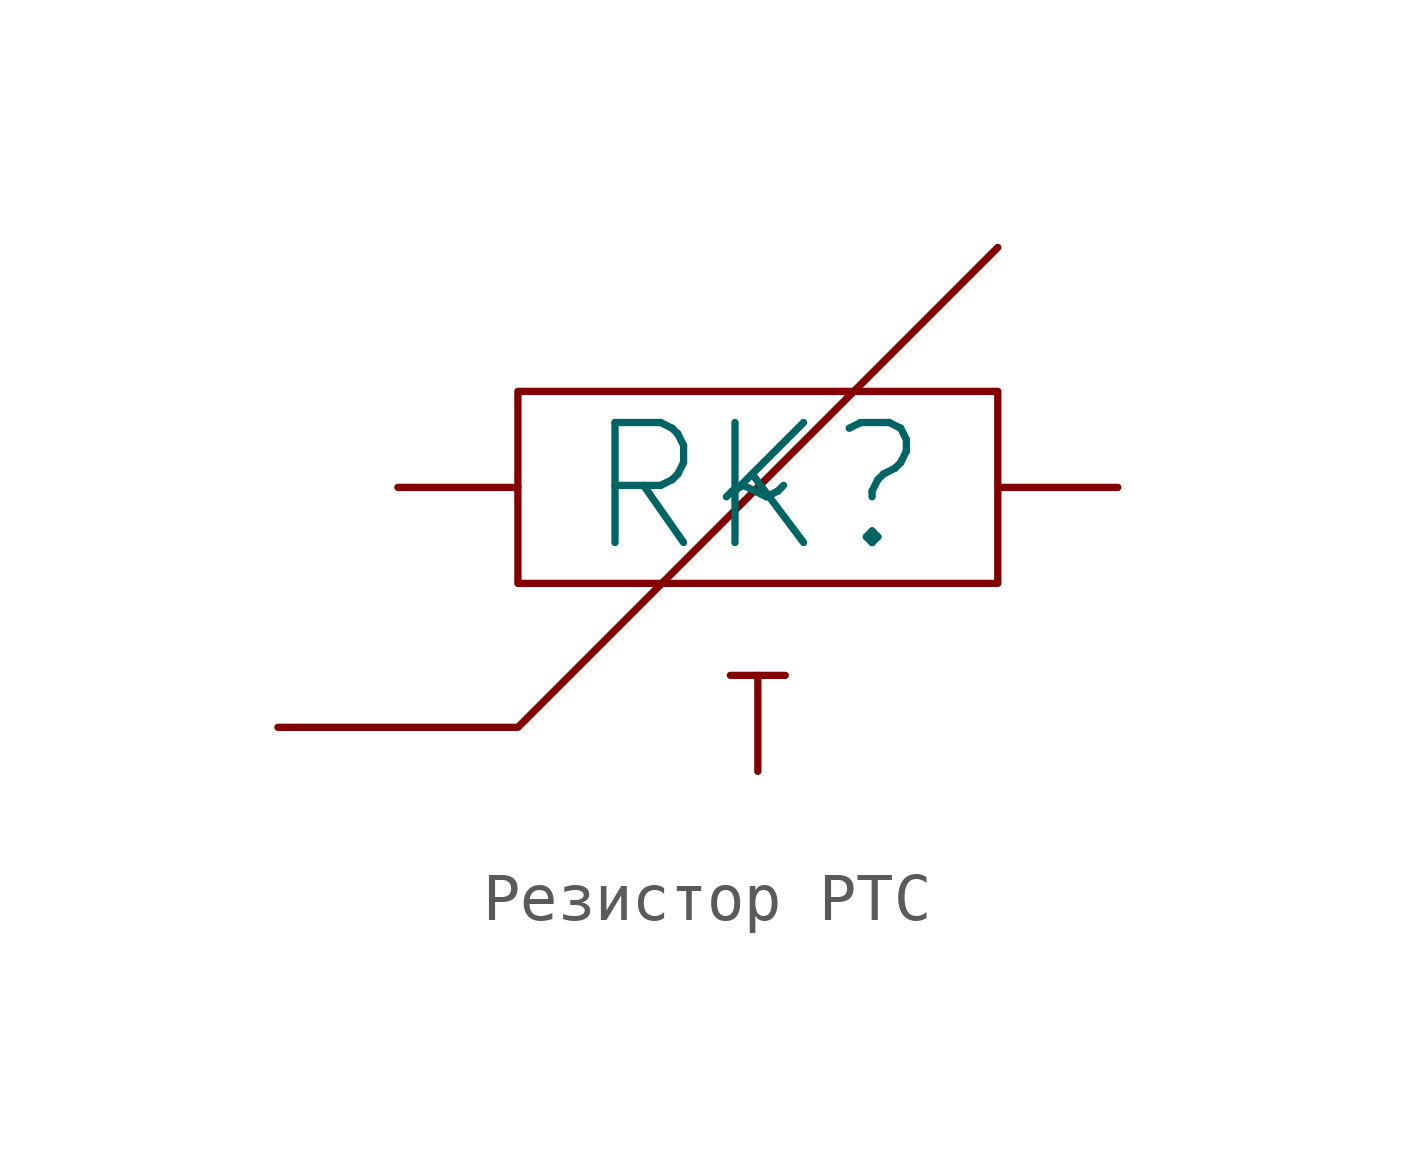
<source format=kicad_sym>
(kicad_symbol_lib
  (version 20220914)
  (generator kicad_symbol_editor)
  (symbol "Резистор PTC"
    (pin_numbers hide)
    (pin_names hide)
    (property "Reference" "RK"
      (at 0 0 0)
      (effects (font (size 2.5 2.5))))
    (property "Value" "~"
      (at 0 0 0)
      (effects (font (size 2.5 2.5))))
    (symbol "Резистор PTC_0_1"
      (rectangle (start -5 2) (end 5 -2) (stroke (width 0) (type default)) (fill (type none)))
      (polyline (pts (xy 5 5) (xy -5 -5) (xy -10 -5)) (stroke (width 0) (type default)) (fill (type none))))
    (symbol "Резистор PTC_1_1"
      (text "T" (at 0 -5 0) (effects (font (size 2 2))))
      (pin input line (at -7.5 0 0) (length 2.5) (name "" (effects (font (size 1.27 1.27)))) (number "1" (effects (font (size 1.27 1.27)))))
      (pin input line (at 7.5 0 180) (length 2.5) (name "" (effects (font (size 1.27 1.27)))) (number "2" (effects (font (size 1.27 1.27))))))))
</source>
